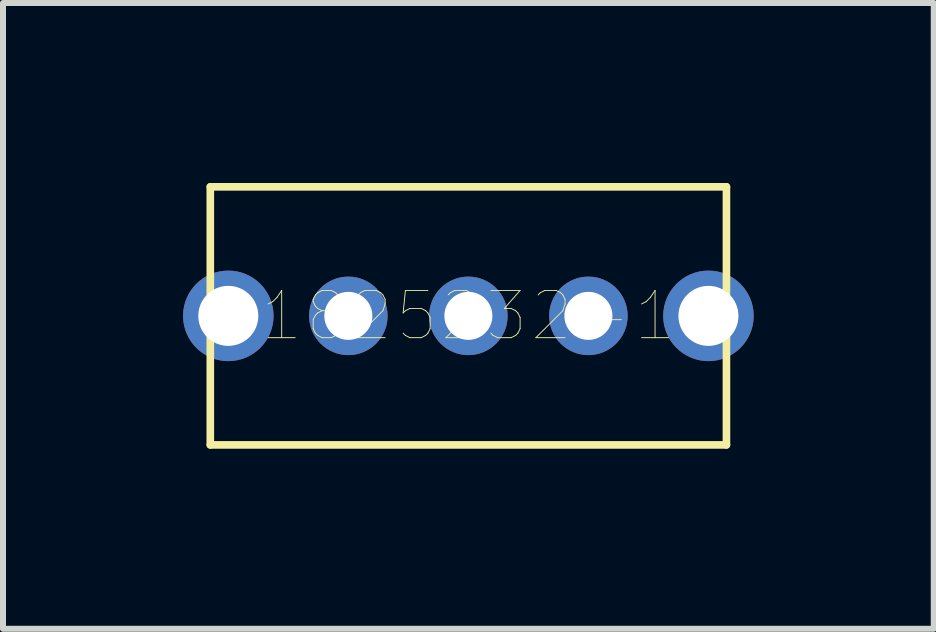
<source format=kicad_pcb>
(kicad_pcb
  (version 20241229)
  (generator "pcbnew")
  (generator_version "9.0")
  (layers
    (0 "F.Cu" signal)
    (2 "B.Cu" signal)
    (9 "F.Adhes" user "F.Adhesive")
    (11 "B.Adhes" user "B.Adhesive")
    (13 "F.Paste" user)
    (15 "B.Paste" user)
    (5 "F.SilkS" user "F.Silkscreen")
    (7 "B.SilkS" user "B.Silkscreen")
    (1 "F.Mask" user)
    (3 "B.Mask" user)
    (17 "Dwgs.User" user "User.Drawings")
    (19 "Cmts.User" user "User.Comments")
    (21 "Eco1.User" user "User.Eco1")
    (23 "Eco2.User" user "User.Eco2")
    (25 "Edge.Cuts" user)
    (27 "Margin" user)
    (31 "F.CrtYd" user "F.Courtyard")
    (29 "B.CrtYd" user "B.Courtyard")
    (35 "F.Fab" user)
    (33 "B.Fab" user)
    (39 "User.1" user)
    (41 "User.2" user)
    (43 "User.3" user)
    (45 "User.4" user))
  (footprint "1825232-1"
    (layer "F.Cu")
    (at 4.754 2.213)
    (property "Reference" "1825232-1" (at 0 0 0) (layer "F.SilkS") (effects (font (size 0.787 0.787) (thickness 0.015))))
    (attr through_hole)
    (fp_line (start -4.3 -2.15) (end 4.3 -2.15) (stroke (width 0.127) (type solid)) (layer "F.SilkS"))
    (fp_line (start -4.3 2.15) (end -4.3 -2.15) (stroke (width 0.127) (type solid)) (layer "F.SilkS"))
    (fp_line (start 4.3 -2.15) (end 4.3 2.15) (stroke (width 0.127) (type solid)) (layer "F.SilkS"))
    (fp_line (start 4.3 2.15) (end -4.3 2.15) (stroke (width 0.127) (type solid)) (layer "F.SilkS"))
    (pad "1" thru_hole circle (at -2 0) (size 1.308 1.308) (drill 0.8) (layers "*.Cu" "*.Mask"))
    (pad "2" thru_hole circle (at 0 0) (size 1.308 1.308) (drill 0.8) (layers "*.Cu" "*.Mask"))
    (pad "3" thru_hole circle (at 2 0) (size 1.308 1.308) (drill 0.8) (layers "*.Cu" "*.Mask"))
    (pad "GND" thru_hole circle (at -4 0) (size 1.508 1.508) (drill 1) (layers "*.Cu" "*.Mask"))
    (pad "GND1" thru_hole circle (at 4 0) (size 1.508 1.508) (drill 1) (layers "*.Cu" "*.Mask")))
  (gr_rect
    (start -3 -3)
    (end 12.508 7.427)
    (stroke (width 0.1) (type default))
    (fill no)
    (layer "Edge.Cuts")))
</source>
